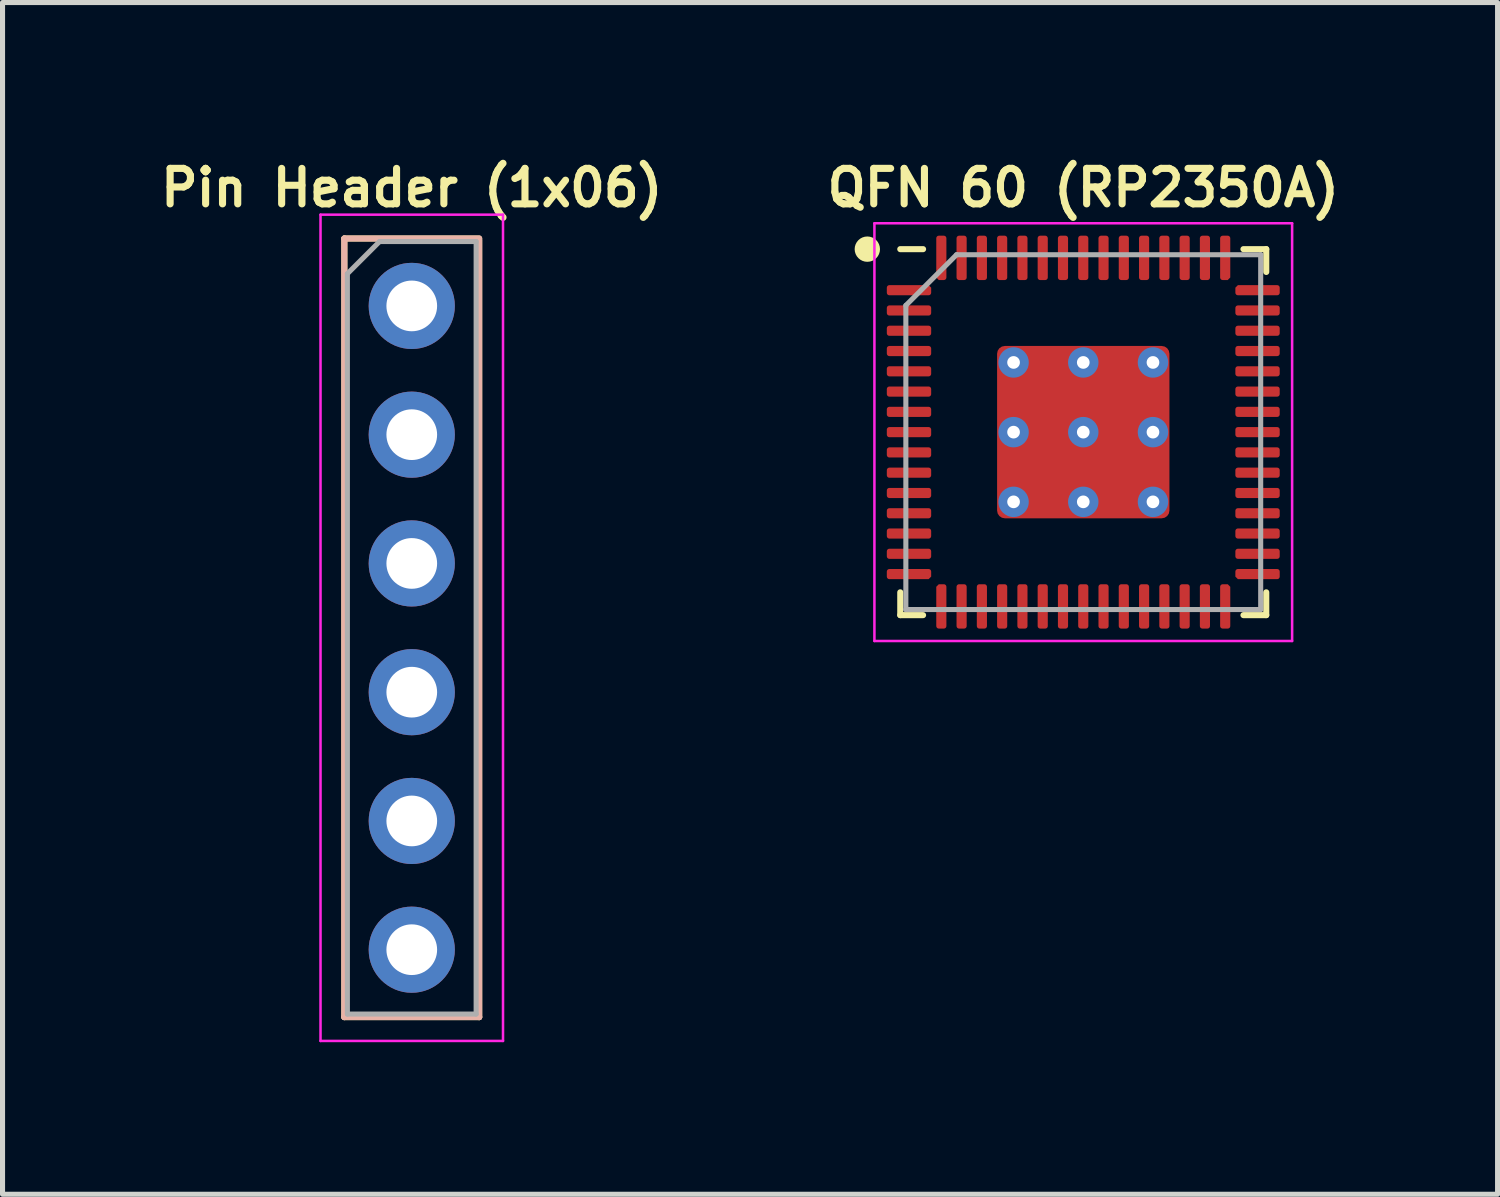
<source format=kicad_pcb>
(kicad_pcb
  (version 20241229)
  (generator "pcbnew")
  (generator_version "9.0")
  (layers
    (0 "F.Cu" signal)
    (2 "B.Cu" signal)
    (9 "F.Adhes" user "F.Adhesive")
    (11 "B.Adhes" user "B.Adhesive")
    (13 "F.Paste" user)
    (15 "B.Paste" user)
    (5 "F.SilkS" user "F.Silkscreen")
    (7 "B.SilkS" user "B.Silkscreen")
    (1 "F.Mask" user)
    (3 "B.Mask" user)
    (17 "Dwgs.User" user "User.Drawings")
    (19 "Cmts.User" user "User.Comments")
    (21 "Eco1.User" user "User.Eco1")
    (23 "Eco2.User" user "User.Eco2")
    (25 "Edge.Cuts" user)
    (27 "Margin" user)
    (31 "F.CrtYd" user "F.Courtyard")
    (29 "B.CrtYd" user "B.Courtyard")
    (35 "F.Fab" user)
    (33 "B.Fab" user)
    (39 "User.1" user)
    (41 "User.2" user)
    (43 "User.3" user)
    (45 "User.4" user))
  (footprint "Pin Header (1x06)"
    (layer "F.Cu")
    (at 5.073 2.985)
    (property "Reference" "Pin Header (1x06)" (at 0 -2.33 0) (layer "F.SilkS") (effects (font (size 0.7 0.7) (thickness 0.14) (bold yes))))
    (attr through_hole)
    (fp_line (start -1.33 -1.33) (end -1.33 14.03) (stroke (width 0.12) (type solid)) (layer "F.SilkS"))
    (fp_line (start -1.33 -1.33) (end 1.33 -1.33) (stroke (width 0.12) (type solid)) (layer "F.SilkS"))
    (fp_line (start -1.33 14.03) (end 1.33 14.03) (stroke (width 0.12) (type solid)) (layer "F.SilkS"))
    (fp_line (start 1.33 -1.3) (end 1.33 14.03) (stroke (width 0.12) (type solid)) (layer "F.SilkS"))
    (fp_line (start -1.33 -1.33) (end -1.33 14.03) (stroke (width 0.12) (type solid)) (layer "B.SilkS"))
    (fp_line (start -1.33 -1.33) (end 1.33 -1.33) (stroke (width 0.12) (type solid)) (layer "B.SilkS"))
    (fp_line (start -1.33 14.03) (end 1.33 14.03) (stroke (width 0.12) (type solid)) (layer "B.SilkS"))
    (fp_line (start 1.33 -1.3) (end 1.33 14.03) (stroke (width 0.12) (type solid)) (layer "B.SilkS"))
    (fp_line (start -1.8 -1.8) (end -1.8 14.5) (stroke (width 0.05) (type solid)) (layer "F.CrtYd"))
    (fp_line (start -1.8 14.5) (end 1.8 14.5) (stroke (width 0.05) (type solid)) (layer "F.CrtYd"))
    (fp_line (start 1.8 -1.8) (end -1.8 -1.8) (stroke (width 0.05) (type solid)) (layer "F.CrtYd"))
    (fp_line (start 1.8 14.5) (end 1.8 -1.8) (stroke (width 0.05) (type solid)) (layer "F.CrtYd"))
    (fp_line (start -1.27 -0.635) (end -0.635 -1.27) (stroke (width 0.1) (type solid)) (layer "F.Fab"))
    (fp_line (start -1.27 13.97) (end -1.27 -0.635) (stroke (width 0.1) (type solid)) (layer "F.Fab"))
    (fp_line (start -0.635 -1.27) (end 1.27 -1.27) (stroke (width 0.1) (type solid)) (layer "F.Fab"))
    (fp_line (start 1.27 -1.27) (end 1.27 13.97) (stroke (width 0.1) (type solid)) (layer "F.Fab"))
    (fp_line (start 1.27 13.97) (end -1.27 13.97) (stroke (width 0.1) (type solid)) (layer "F.Fab"))
    (pad "1" thru_hole circle (at 0 0) (size 1.7 1.7) (drill 1) (layers "*.Cu" "*.Mask"))
    (pad "2" thru_hole oval (at 0 2.54) (size 1.7 1.7) (drill 1) (layers "*.Cu" "*.Mask"))
    (pad "3" thru_hole oval (at 0 5.08) (size 1.7 1.7) (drill 1) (layers "*.Cu" "*.Mask"))
    (pad "4" thru_hole oval (at 0 7.62) (size 1.7 1.7) (drill 1) (layers "*.Cu" "*.Mask"))
    (pad "5" thru_hole oval (at 0 10.16) (size 1.7 1.7) (drill 1) (layers "*.Cu" "*.Mask"))
    (pad "6" thru_hole oval (at 0 12.7) (size 1.7 1.7) (drill 1) (layers "*.Cu" "*.Mask")))
  (footprint "QFN 60 (RP2350A)"
    (layer "F.Cu")
    (at 18.32 5.475)
    (property "Reference" "QFN 60 (RP2350A)" (at 0 -4.82 0) (layer "F.SilkS") (effects (font (size 0.7 0.7) (thickness 0.14) (bold yes))))
    (attr through_hole)
    (fp_line (start -3.61 3.61) (end -3.61 3.16) (stroke (width 0.12) (type solid)) (layer "F.SilkS"))
    (fp_line (start -3.16 -3.61) (end -3.61 -3.61) (stroke (width 0.12) (type solid)) (layer "F.SilkS"))
    (fp_line (start -3.16 3.61) (end -3.61 3.61) (stroke (width 0.12) (type solid)) (layer "F.SilkS"))
    (fp_line (start 3.16 -3.61) (end 3.61 -3.61) (stroke (width 0.12) (type solid)) (layer "F.SilkS"))
    (fp_line (start 3.16 3.61) (end 3.61 3.61) (stroke (width 0.12) (type solid)) (layer "F.SilkS"))
    (fp_line (start 3.61 -3.61) (end 3.61 -3.16) (stroke (width 0.12) (type solid)) (layer "F.SilkS"))
    (fp_line (start 3.61 3.61) (end 3.61 3.16) (stroke (width 0.12) (type solid)) (layer "F.SilkS"))
    (fp_circle (center -4.26 -3.61) (end -4.06 -3.61) (stroke (width 0.1) (type solid)) (fill yes) (layer "F.SilkS"))
    (fp_line (start -4.12 -4.12) (end -4.12 4.12) (stroke (width 0.05) (type solid)) (layer "F.CrtYd"))
    (fp_line (start -4.12 4.12) (end 4.12 4.12) (stroke (width 0.05) (type solid)) (layer "F.CrtYd"))
    (fp_line (start 4.12 -4.12) (end -4.12 -4.12) (stroke (width 0.05) (type solid)) (layer "F.CrtYd"))
    (fp_line (start 4.12 4.12) (end 4.12 -4.12) (stroke (width 0.05) (type solid)) (layer "F.CrtYd"))
    (fp_line (start -3.5 -2.5) (end -2.5 -3.5) (stroke (width 0.1) (type solid)) (layer "F.Fab"))
    (fp_line (start -3.5 3.5) (end -3.5 -2.5) (stroke (width 0.1) (type solid)) (layer "F.Fab"))
    (fp_line (start -2.5 -3.5) (end 3.5 -3.5) (stroke (width 0.1) (type solid)) (layer "F.Fab"))
    (fp_line (start 3.5 -3.5) (end 3.5 3.5) (stroke (width 0.1) (type solid)) (layer "F.Fab"))
    (fp_line (start 3.5 3.5) (end -3.5 3.5) (stroke (width 0.1) (type solid)) (layer "F.Fab"))
    (pad "" smd roundrect (at -0.7 -0.7) (size 1.2 1.2) (layers "F.Paste") (roundrect_rratio 0.208))
    (pad "" smd roundrect (at -0.7 0.7) (size 1.2 1.2) (layers "F.Paste") (roundrect_rratio 0.208))
    (pad "" smd roundrect (at 0.7 -0.7) (size 1.2 1.2) (layers "F.Paste") (roundrect_rratio 0.208))
    (pad "" smd roundrect (at 0.7 0.7) (size 1.2 1.2) (layers "F.Paste") (roundrect_rratio 0.208))
    (pad "1" smd roundrect (at -3.438 -2.8) (size 0.875 0.2) (layers "F.Cu" "F.Mask" "F.Paste") (roundrect_rratio 0.25) (chamfer_ratio 0.25) (chamfer top_right))
    (pad "2" smd roundrect (at -3.438 -2.4) (size 0.875 0.2) (layers "F.Cu" "F.Mask" "F.Paste") (roundrect_rratio 0.25))
    (pad "3" smd roundrect (at -3.438 -2) (size 0.875 0.2) (layers "F.Cu" "F.Mask" "F.Paste") (roundrect_rratio 0.25))
    (pad "4" smd roundrect (at -3.438 -1.6) (size 0.875 0.2) (layers "F.Cu" "F.Mask" "F.Paste") (roundrect_rratio 0.25))
    (pad "5" smd roundrect (at -3.438 -1.2) (size 0.875 0.2) (layers "F.Cu" "F.Mask" "F.Paste") (roundrect_rratio 0.25))
    (pad "6" smd roundrect (at -3.438 -0.8) (size 0.875 0.2) (layers "F.Cu" "F.Mask" "F.Paste") (roundrect_rratio 0.25))
    (pad "7" smd roundrect (at -3.438 -0.4) (size 0.875 0.2) (layers "F.Cu" "F.Mask" "F.Paste") (roundrect_rratio 0.25))
    (pad "8" smd roundrect (at -3.438 0) (size 0.875 0.2) (layers "F.Cu" "F.Mask" "F.Paste") (roundrect_rratio 0.25))
    (pad "9" smd roundrect (at -3.438 0.4) (size 0.875 0.2) (layers "F.Cu" "F.Mask" "F.Paste") (roundrect_rratio 0.25))
    (pad "10" smd roundrect (at -3.438 0.8) (size 0.875 0.2) (layers "F.Cu" "F.Mask" "F.Paste") (roundrect_rratio 0.25))
    (pad "11" smd roundrect (at -3.438 1.2) (size 0.875 0.2) (layers "F.Cu" "F.Mask" "F.Paste") (roundrect_rratio 0.25))
    (pad "12" smd roundrect (at -3.438 1.6) (size 0.875 0.2) (layers "F.Cu" "F.Mask" "F.Paste") (roundrect_rratio 0.25))
    (pad "13" smd roundrect (at -3.438 2) (size 0.875 0.2) (layers "F.Cu" "F.Mask" "F.Paste") (roundrect_rratio 0.25))
    (pad "14" smd roundrect (at -3.438 2.4) (size 0.875 0.2) (layers "F.Cu" "F.Mask" "F.Paste") (roundrect_rratio 0.25))
    (pad "15" smd roundrect (at -3.438 2.8) (size 0.875 0.2) (layers "F.Cu" "F.Mask" "F.Paste") (roundrect_rratio 0.25) (chamfer_ratio 0.25) (chamfer bottom_right))
    (pad "16" smd roundrect (at -2.8 3.438) (size 0.2 0.875) (layers "F.Cu" "F.Mask" "F.Paste") (roundrect_rratio 0.25) (chamfer_ratio 0.25) (chamfer top_left))
    (pad "17" smd roundrect (at -2.4 3.438) (size 0.2 0.875) (layers "F.Cu" "F.Mask" "F.Paste") (roundrect_rratio 0.25))
    (pad "18" smd roundrect (at -2 3.438) (size 0.2 0.875) (layers "F.Cu" "F.Mask" "F.Paste") (roundrect_rratio 0.25))
    (pad "19" smd roundrect (at -1.6 3.438) (size 0.2 0.875) (layers "F.Cu" "F.Mask" "F.Paste") (roundrect_rratio 0.25))
    (pad "20" smd roundrect (at -1.2 3.438) (size 0.2 0.875) (layers "F.Cu" "F.Mask" "F.Paste") (roundrect_rratio 0.25))
    (pad "21" smd roundrect (at -0.8 3.438) (size 0.2 0.875) (layers "F.Cu" "F.Mask" "F.Paste") (roundrect_rratio 0.25))
    (pad "22" smd roundrect (at -0.4 3.438) (size 0.2 0.875) (layers "F.Cu" "F.Mask" "F.Paste") (roundrect_rratio 0.25))
    (pad "23" smd roundrect (at 0 3.438) (size 0.2 0.875) (layers "F.Cu" "F.Mask" "F.Paste") (roundrect_rratio 0.25))
    (pad "24" smd roundrect (at 0.4 3.438) (size 0.2 0.875) (layers "F.Cu" "F.Mask" "F.Paste") (roundrect_rratio 0.25))
    (pad "25" smd roundrect (at 0.8 3.438) (size 0.2 0.875) (layers "F.Cu" "F.Mask" "F.Paste") (roundrect_rratio 0.25))
    (pad "26" smd roundrect (at 1.2 3.438) (size 0.2 0.875) (layers "F.Cu" "F.Mask" "F.Paste") (roundrect_rratio 0.25))
    (pad "27" smd roundrect (at 1.6 3.438) (size 0.2 0.875) (layers "F.Cu" "F.Mask" "F.Paste") (roundrect_rratio 0.25))
    (pad "28" smd roundrect (at 2 3.438) (size 0.2 0.875) (layers "F.Cu" "F.Mask" "F.Paste") (roundrect_rratio 0.25))
    (pad "29" smd roundrect (at 2.4 3.438) (size 0.2 0.875) (layers "F.Cu" "F.Mask" "F.Paste") (roundrect_rratio 0.25))
    (pad "30" smd roundrect (at 2.8 3.438) (size 0.2 0.875) (layers "F.Cu" "F.Mask" "F.Paste") (roundrect_rratio 0.25) (chamfer_ratio 0.25) (chamfer top_right))
    (pad "31" smd roundrect (at 3.438 2.8) (size 0.875 0.2) (layers "F.Cu" "F.Mask" "F.Paste") (roundrect_rratio 0.25) (chamfer_ratio 0.25) (chamfer bottom_left))
    (pad "32" smd roundrect (at 3.438 2.4) (size 0.875 0.2) (layers "F.Cu" "F.Mask" "F.Paste") (roundrect_rratio 0.25))
    (pad "33" smd roundrect (at 3.438 2) (size 0.875 0.2) (layers "F.Cu" "F.Mask" "F.Paste") (roundrect_rratio 0.25))
    (pad "34" smd roundrect (at 3.438 1.6) (size 0.875 0.2) (layers "F.Cu" "F.Mask" "F.Paste") (roundrect_rratio 0.25))
    (pad "35" smd roundrect (at 3.438 1.2) (size 0.875 0.2) (layers "F.Cu" "F.Mask" "F.Paste") (roundrect_rratio 0.25))
    (pad "36" smd roundrect (at 3.438 0.8) (size 0.875 0.2) (layers "F.Cu" "F.Mask" "F.Paste") (roundrect_rratio 0.25))
    (pad "37" smd roundrect (at 3.438 0.4) (size 0.875 0.2) (layers "F.Cu" "F.Mask" "F.Paste") (roundrect_rratio 0.25))
    (pad "38" smd roundrect (at 3.438 0) (size 0.875 0.2) (layers "F.Cu" "F.Mask" "F.Paste") (roundrect_rratio 0.25))
    (pad "39" smd roundrect (at 3.438 -0.4) (size 0.875 0.2) (layers "F.Cu" "F.Mask" "F.Paste") (roundrect_rratio 0.25))
    (pad "40" smd roundrect (at 3.438 -0.8) (size 0.875 0.2) (layers "F.Cu" "F.Mask" "F.Paste") (roundrect_rratio 0.25))
    (pad "41" smd roundrect (at 3.438 -1.2) (size 0.875 0.2) (layers "F.Cu" "F.Mask" "F.Paste") (roundrect_rratio 0.25))
    (pad "42" smd roundrect (at 3.438 -1.6) (size 0.875 0.2) (layers "F.Cu" "F.Mask" "F.Paste") (roundrect_rratio 0.25))
    (pad "43" smd roundrect (at 3.438 -2) (size 0.875 0.2) (layers "F.Cu" "F.Mask" "F.Paste") (roundrect_rratio 0.25))
    (pad "44" smd roundrect (at 3.438 -2.4) (size 0.875 0.2) (layers "F.Cu" "F.Mask" "F.Paste") (roundrect_rratio 0.25))
    (pad "45" smd roundrect (at 3.438 -2.8) (size 0.875 0.2) (layers "F.Cu" "F.Mask" "F.Paste") (roundrect_rratio 0.25) (chamfer_ratio 0.25) (chamfer top_left))
    (pad "46" smd roundrect (at 2.8 -3.438) (size 0.2 0.875) (layers "F.Cu" "F.Mask" "F.Paste") (roundrect_rratio 0.25) (chamfer_ratio 0.25) (chamfer bottom_right))
    (pad "47" smd roundrect (at 2.4 -3.438) (size 0.2 0.875) (layers "F.Cu" "F.Mask" "F.Paste") (roundrect_rratio 0.25))
    (pad "48" smd roundrect (at 2 -3.438) (size 0.2 0.875) (layers "F.Cu" "F.Mask" "F.Paste") (roundrect_rratio 0.25))
    (pad "49" smd roundrect (at 1.6 -3.438) (size 0.2 0.875) (layers "F.Cu" "F.Mask" "F.Paste") (roundrect_rratio 0.25))
    (pad "50" smd roundrect (at 1.2 -3.438) (size 0.2 0.875) (layers "F.Cu" "F.Mask" "F.Paste") (roundrect_rratio 0.25))
    (pad "51" smd roundrect (at 0.8 -3.438) (size 0.2 0.875) (layers "F.Cu" "F.Mask" "F.Paste") (roundrect_rratio 0.25))
    (pad "52" smd roundrect (at 0.4 -3.438) (size 0.2 0.875) (layers "F.Cu" "F.Mask" "F.Paste") (roundrect_rratio 0.25))
    (pad "53" smd roundrect (at 0 -3.438) (size 0.2 0.875) (layers "F.Cu" "F.Mask" "F.Paste") (roundrect_rratio 0.25))
    (pad "54" smd roundrect (at -0.4 -3.438) (size 0.2 0.875) (layers "F.Cu" "F.Mask" "F.Paste") (roundrect_rratio 0.25))
    (pad "55" smd roundrect (at -0.8 -3.438) (size 0.2 0.875) (layers "F.Cu" "F.Mask" "F.Paste") (roundrect_rratio 0.25))
    (pad "56" smd roundrect (at -1.2 -3.438) (size 0.2 0.875) (layers "F.Cu" "F.Mask" "F.Paste") (roundrect_rratio 0.25))
    (pad "57" smd roundrect (at -1.6 -3.438) (size 0.2 0.875) (layers "F.Cu" "F.Mask" "F.Paste") (roundrect_rratio 0.25))
    (pad "58" smd roundrect (at -2 -3.438) (size 0.2 0.875) (layers "F.Cu" "F.Mask" "F.Paste") (roundrect_rratio 0.25))
    (pad "59" smd roundrect (at -2.4 -3.438) (size 0.2 0.875) (layers "F.Cu" "F.Mask" "F.Paste") (roundrect_rratio 0.25))
    (pad "60" smd roundrect (at -2.8 -3.438) (size 0.2 0.875) (layers "F.Cu" "F.Mask" "F.Paste") (roundrect_rratio 0.25) (chamfer_ratio 0.25) (chamfer bottom_left))
    (pad "61" thru_hole circle (at -1.375 -1.375) (size 0.6 0.6) (drill 0.25) (layers "*.Cu"))
    (pad "61" thru_hole circle (at -1.375 0) (size 0.6 0.6) (drill 0.25) (layers "*.Cu"))
    (pad "61" thru_hole circle (at -1.375 1.375) (size 0.6 0.6) (drill 0.25) (layers "*.Cu"))
    (pad "61" thru_hole circle (at 0 -1.375) (size 0.6 0.6) (drill 0.25) (layers "*.Cu"))
    (pad "61" thru_hole circle (at 0 0) (size 0.6 0.6) (drill 0.25) (layers "*.Cu"))
    (pad "61" smd roundrect (at 0 0 90) (size 3.4 3.4) (layers "F.Cu" "F.Mask") (roundrect_rratio 0.045))
    (pad "61" thru_hole circle (at 0 1.375) (size 0.6 0.6) (drill 0.25) (layers "*.Cu"))
    (pad "61" thru_hole circle (at 1.375 -1.375) (size 0.6 0.6) (drill 0.25) (layers "*.Cu"))
    (pad "61" thru_hole circle (at 1.375 0) (size 0.6 0.6) (drill 0.25) (layers "*.Cu"))
    (pad "61" thru_hole circle (at 1.375 1.375) (size 0.6 0.6) (drill 0.25) (layers "*.Cu")))
  (gr_rect
    (start -3 -3)
    (end 26.493 20.51)
    (stroke (width 0.1) (type default))
    (fill no)
    (layer "Edge.Cuts")))
</source>
